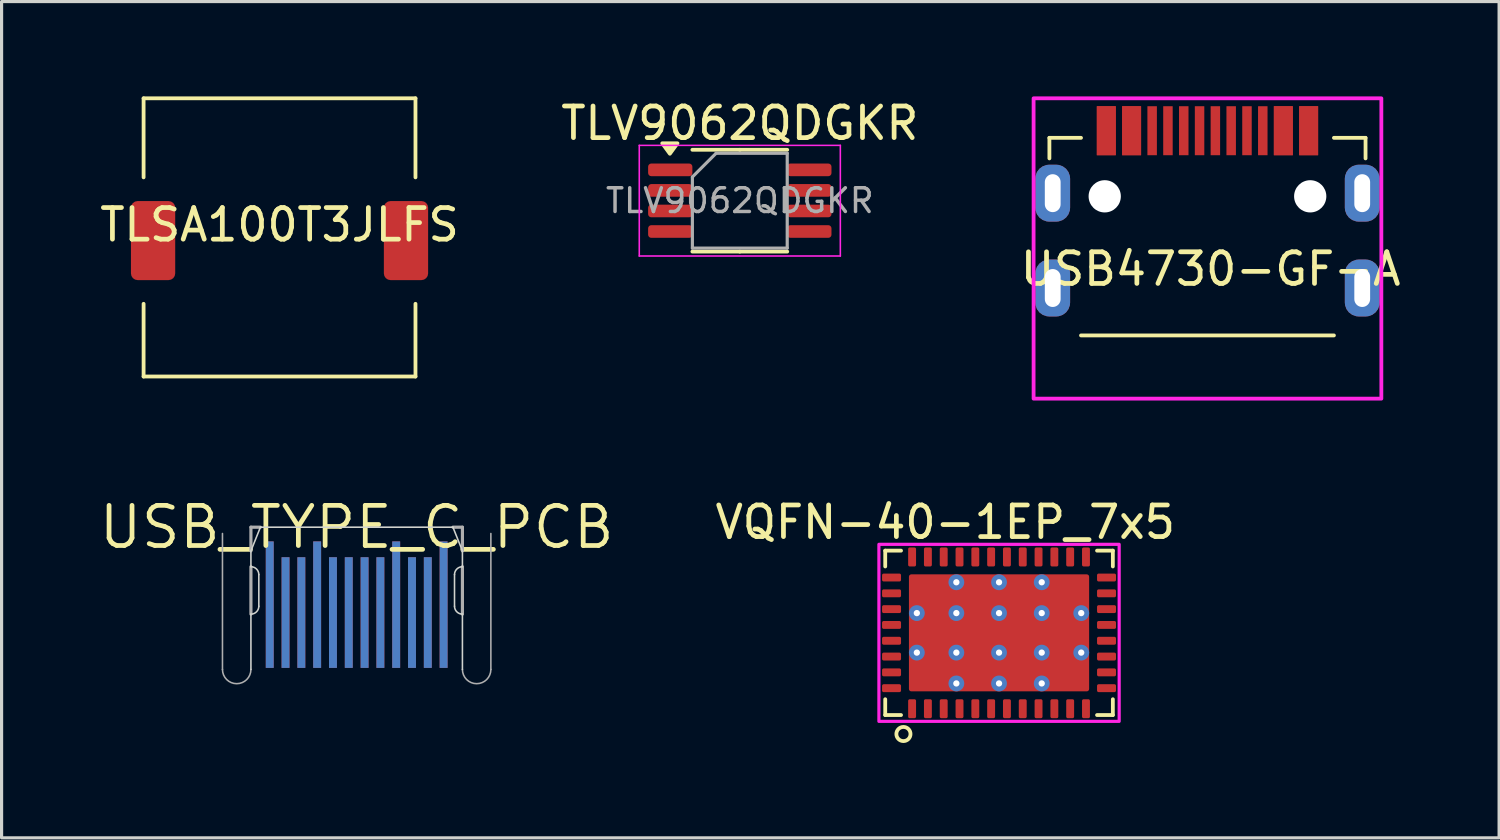
<source format=kicad_pcb>
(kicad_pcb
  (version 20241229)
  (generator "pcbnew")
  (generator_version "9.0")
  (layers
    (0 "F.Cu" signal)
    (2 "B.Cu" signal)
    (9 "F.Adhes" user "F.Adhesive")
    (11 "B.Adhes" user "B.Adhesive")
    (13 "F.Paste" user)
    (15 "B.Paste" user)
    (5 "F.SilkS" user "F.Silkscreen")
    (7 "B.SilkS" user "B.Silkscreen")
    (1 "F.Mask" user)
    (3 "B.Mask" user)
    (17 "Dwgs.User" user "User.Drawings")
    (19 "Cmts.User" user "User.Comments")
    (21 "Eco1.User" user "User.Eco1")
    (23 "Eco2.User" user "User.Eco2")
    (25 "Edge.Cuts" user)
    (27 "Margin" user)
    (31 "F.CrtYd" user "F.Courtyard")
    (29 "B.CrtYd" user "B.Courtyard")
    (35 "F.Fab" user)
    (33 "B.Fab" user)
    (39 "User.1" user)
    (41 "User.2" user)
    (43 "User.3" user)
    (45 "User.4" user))
  (footprint "TLSA100T3JLFS"
    (layer "F.Cu")
    (at 5.792 4.56)
    (property "Reference" "TLSA100T3JLFS" (at 0 -0.5 0) (unlocked yes) (layer "F.SilkS") (effects (font (size 1 1) (thickness 0.15))))
    (attr smd)
    (fp_line (start -4.3 -4.5) (end 4.3 -4.5) (stroke (width 0.12) (type default)) (layer "F.SilkS"))
    (fp_line (start -4.3 -2) (end -4.3 -4.5) (stroke (width 0.12) (type default)) (layer "F.SilkS"))
    (fp_line (start -4.3 2) (end -4.3 4.3) (stroke (width 0.12) (type default)) (layer "F.SilkS"))
    (fp_line (start -4.3 4.3) (end 4.3 4.3) (stroke (width 0.12) (type default)) (layer "F.SilkS"))
    (fp_line (start 4.3 -4.5) (end 4.3 -2) (stroke (width 0.12) (type default)) (layer "F.SilkS"))
    (fp_line (start 4.3 4.3) (end 4.3 2) (stroke (width 0.12) (type default)) (layer "F.SilkS"))
    (pad "1" smd roundrect (at -4 0) (size 1.4 2.5) (layers "F.Cu" "F.Mask" "F.Paste") (roundrect_rratio 0.15))
    (pad "2" smd roundrect (at 4 0) (size 1.4 2.5) (layers "F.Cu" "F.Mask" "F.Paste") (roundrect_rratio 0.15)))
  (footprint "TLV9062QDGKR"
    (layer "F.Cu")
    (at 20.351 3.298)
    (property "Reference" "TLV9062QDGKR" (at 0 -2.45 180) (layer "F.SilkS") (effects (font (size 1 1) (thickness 0.15))))
    (attr smd)
    (fp_line (start 0 -1.61) (end -1.5 -1.61) (stroke (width 0.12) (type solid)) (layer "F.SilkS"))
    (fp_line (start 0 -1.61) (end 1.5 -1.61) (stroke (width 0.12) (type solid)) (layer "F.SilkS"))
    (fp_line (start 0 1.61) (end -1.5 1.61) (stroke (width 0.12) (type solid)) (layer "F.SilkS"))
    (fp_line (start 0 1.61) (end 1.5 1.61) (stroke (width 0.12) (type solid)) (layer "F.SilkS"))
    (fp_poly (pts (xy -2.212 -1.485) (xy -2.453 -1.815) (xy -1.972 -1.815) (xy -2.212 -1.485)) (stroke (width 0.12) (type solid)) (fill yes) (layer "F.SilkS"))
    (fp_line (start -3.18 -1.75) (end -3.18 1.75) (stroke (width 0.05) (type solid)) (layer "F.CrtYd"))
    (fp_line (start -3.18 1.75) (end 3.18 1.75) (stroke (width 0.05) (type solid)) (layer "F.CrtYd"))
    (fp_line (start 3.18 -1.75) (end -3.18 -1.75) (stroke (width 0.05) (type solid)) (layer "F.CrtYd"))
    (fp_line (start 3.18 1.75) (end 3.18 -1.75) (stroke (width 0.05) (type solid)) (layer "F.CrtYd"))
    (fp_line (start -1.5 -0.75) (end -0.75 -1.5) (stroke (width 0.1) (type solid)) (layer "F.Fab"))
    (fp_line (start -1.5 1.5) (end -1.5 -0.75) (stroke (width 0.1) (type solid)) (layer "F.Fab"))
    (fp_line (start -0.75 -1.5) (end 1.5 -1.5) (stroke (width 0.1) (type solid)) (layer "F.Fab"))
    (fp_line (start 1.5 -1.5) (end 1.5 1.5) (stroke (width 0.1) (type solid)) (layer "F.Fab"))
    (fp_line (start 1.5 1.5) (end -1.5 1.5) (stroke (width 0.1) (type solid)) (layer "F.Fab"))
    (fp_text user "${REFERENCE}" (at 0 0 180) (layer "F.Fab") (effects (font (size 0.75 0.75) (thickness 0.11))))
    (pad "1" smd roundrect (at -2.2 -0.975) (size 1.4 0.4) (layers "F.Cu" "F.Mask" "F.Paste") (roundrect_rratio 0.25))
    (pad "2" smd roundrect (at -2.2 -0.325) (size 1.4 0.4) (layers "F.Cu" "F.Mask" "F.Paste") (roundrect_rratio 0.25))
    (pad "3" smd roundrect (at -2.2 0.325) (size 1.4 0.4) (layers "F.Cu" "F.Mask" "F.Paste") (roundrect_rratio 0.25))
    (pad "4" smd roundrect (at -2.2 0.975) (size 1.4 0.4) (layers "F.Cu" "F.Mask" "F.Paste") (roundrect_rratio 0.25))
    (pad "5" smd roundrect (at 2.2 0.975) (size 1.4 0.4) (layers "F.Cu" "F.Mask" "F.Paste") (roundrect_rratio 0.25))
    (pad "6" smd roundrect (at 2.2 0.325) (size 1.4 0.4) (layers "F.Cu" "F.Mask" "F.Paste") (roundrect_rratio 0.25))
    (pad "7" smd roundrect (at 2.2 -0.325) (size 1.4 0.4) (layers "F.Cu" "F.Mask" "F.Paste") (roundrect_rratio 0.25))
    (pad "8" smd roundrect (at 2.2 -0.975) (size 1.4 0.4) (layers "F.Cu" "F.Mask" "F.Paste") (roundrect_rratio 0.25)))
  (footprint "USB4730-GF-A"
    (layer "F.Cu")
    (at 35.144 7.56)
    (property "Reference" "USB4730-GF-A" (at 0.1 -2.1 0) (unlocked yes) (layer "F.SilkS") (effects (font (size 1 1) (thickness 0.15))))
    (attr smd)
    (fp_line (start -5 -6.25) (end -5 -5.6) (stroke (width 0.12) (type default)) (layer "F.SilkS"))
    (fp_line (start -5 -6.25) (end -4 -6.25) (stroke (width 0.12) (type default)) (layer "F.SilkS"))
    (fp_line (start -4 0) (end 4 0) (stroke (width 0.12) (type default)) (layer "F.SilkS"))
    (fp_line (start 4 -6.25) (end 5 -6.25) (stroke (width 0.12) (type default)) (layer "F.SilkS"))
    (fp_line (start 5 -6.25) (end 5 -5.6) (stroke (width 0.12) (type default)) (layer "F.SilkS"))
    (fp_line (start -2 1.6) (end 2 1.6) (stroke (width 0.12) (type default)) (layer "Eco1.User"))
    (fp_rect (start -5.5 -7.5) (end 5.5 2) (stroke (width 0.12) (type default)) (fill no) (layer "F.CrtYd"))
    (pad "" np_thru_hole circle (at -3.25 -4.4) (size 1.02 1.02) (drill 1.02) (layers "*.Cu" "*.Mask"))
    (pad "" np_thru_hole circle (at 3.25 -4.4) (size 1.02 1.02) (drill 1.02) (layers "*.Cu" "*.Mask"))
    (pad "A1" smd rect (at -3.2 -6.475) (size 0.6 1.55) (layers "F.Cu" "F.Mask" "F.Paste"))
    (pad "A4" smd rect (at -2.4 -6.475) (size 0.6 1.55) (layers "F.Cu" "F.Mask" "F.Paste"))
    (pad "A5" smd rect (at -1.25 -6.475) (size 0.3 1.55) (layers "F.Cu" "F.Mask" "F.Paste"))
    (pad "A6" smd rect (at -0.25 -6.475) (size 0.3 1.55) (layers "F.Cu" "F.Mask" "F.Paste"))
    (pad "A7" smd rect (at 0.25 -6.475) (size 0.3 1.55) (layers "F.Cu" "F.Mask" "F.Paste"))
    (pad "A8" smd rect (at 1.25 -6.475) (size 0.3 1.55) (layers "F.Cu" "F.Mask" "F.Paste"))
    (pad "A9" smd rect (at 2.4 -6.475) (size 0.6 1.55) (layers "F.Cu" "F.Mask" "F.Paste"))
    (pad "A12" smd rect (at 3.2 -6.475) (size 0.6 1.55) (layers "F.Cu" "F.Mask" "F.Paste"))
    (pad "B1" smd rect (at 3.2 -6.475) (size 0.6 1.55) (layers "F.Cu" "F.Mask" "F.Paste"))
    (pad "B4" smd rect (at 2.4 -6.475) (size 0.6 1.55) (layers "F.Cu" "F.Mask" "F.Paste"))
    (pad "B5" smd rect (at 1.75 -6.475) (size 0.3 1.55) (layers "F.Cu" "F.Mask" "F.Paste"))
    (pad "B6" smd rect (at 0.75 -6.475) (size 0.3 1.55) (layers "F.Cu" "F.Mask" "F.Paste"))
    (pad "B7" smd rect (at -0.75 -6.475) (size 0.3 1.55) (layers "F.Cu" "F.Mask" "F.Paste"))
    (pad "B8" smd rect (at -1.75 -6.475) (size 0.3 1.55) (layers "F.Cu" "F.Mask" "F.Paste"))
    (pad "B9" smd rect (at -2.4 -6.475) (size 0.6 1.55) (layers "F.Cu" "F.Mask" "F.Paste"))
    (pad "B12" smd rect (at -3.2 -6.475) (size 0.6 1.55) (layers "F.Cu" "F.Mask" "F.Paste"))
    (pad "S1" thru_hole roundrect (at -4.895 -4.5) (size 1.1 1.8) (drill oval 0.5 1.2) (layers "*.Cu" "*.Mask") (roundrect_rratio 0.4))
    (pad "S1" thru_hole roundrect (at -4.895 -1.5) (size 1.1 1.8) (drill oval 0.5 1.2) (layers "*.Cu" "*.Mask") (roundrect_rratio 0.4))
    (pad "S1" thru_hole roundrect (at 4.895 -4.5) (size 1.1 1.8) (drill oval 0.5 1.2) (layers "*.Cu" "*.Mask") (roundrect_rratio 0.4))
    (pad "S1" thru_hole roundrect (at 4.895 -1.5) (size 1.1 1.8) (drill oval 0.5 1.2) (layers "*.Cu" "*.Mask") (roundrect_rratio 0.4)))
  (footprint "USB_TYPE_C_PCB"
    (layer "F.Cu")
    (at 8.232 13.626)
    (property "Reference" "USB_TYPE_C_PCB" (at 0 0 0) (layer "F.SilkS") (effects (font (size 1.27 1.27) (thickness 0.15))))
    (fp_line (start -3.345 0.75) (end -3.345 1.25) (stroke (width 0.05) (type solid)) (layer "Edge.Cuts"))
    (fp_line (start -3.345 2.75) (end -3.345 4.5) (stroke (width 0.05) (type solid)) (layer "Edge.Cuts"))
    (fp_line (start -3.095 1.5) (end -3.095 2.5) (stroke (width 0.05) (type solid)) (layer "Edge.Cuts"))
    (fp_line (start -3.045 0) (end -3.345 0.75) (stroke (width 0.05) (type solid)) (layer "Edge.Cuts"))
    (fp_line (start -3.045 0) (end 3.045 0) (stroke (width 0.05) (type solid)) (layer "Edge.Cuts"))
    (fp_line (start 3.045 0) (end 3.345 0.75) (stroke (width 0.05) (type solid)) (layer "Edge.Cuts"))
    (fp_line (start 3.095 1.5) (end 3.095 2.5) (stroke (width 0.05) (type solid)) (layer "Edge.Cuts"))
    (fp_line (start 3.345 0.75) (end 3.345 1.25) (stroke (width 0.05) (type solid)) (layer "Edge.Cuts"))
    (fp_line (start 3.345 2.75) (end 3.345 4.5) (stroke (width 0.05) (type solid)) (layer "Edge.Cuts"))
    (fp_arc (start -3.345 1.25) (mid -3.168223 1.323223) (end -3.095 1.5) (stroke (width 0.05) (type solid)) (layer "Edge.Cuts"))
    (fp_arc (start -3.095 2.5) (mid -3.168223 2.676777) (end -3.345 2.75) (stroke (width 0.05) (type solid)) (layer "Edge.Cuts"))
    (fp_arc (start 3.095 1.5) (mid 3.168223 1.323223) (end 3.345 1.25) (stroke (width 0.05) (type solid)) (layer "Edge.Cuts"))
    (fp_arc (start 3.345 2.75) (mid 3.168223 2.676777) (end 3.095 2.5) (stroke (width 0.05) (type solid)) (layer "Edge.Cuts"))
    (fp_line (start -4.245 0.2) (end -4.245 4.5) (stroke (width 0.05) (type solid)) (layer "F.Fab"))
    (fp_line (start -3.345 0) (end -3.345 0.75) (stroke (width 0.1) (type solid)) (layer "F.Fab"))
    (fp_line (start -3.345 0) (end -3.045 0) (stroke (width 0.1) (type solid)) (layer "F.Fab"))
    (fp_line (start -3.345 1.25) (end -3.345 2.75) (stroke (width 0.1) (type solid)) (layer "F.Fab"))
    (fp_line (start 3.045 0) (end 3.345 0) (stroke (width 0.1) (type solid)) (layer "F.Fab"))
    (fp_line (start 3.345 0) (end 3.345 0.75) (stroke (width 0.1) (type solid)) (layer "F.Fab"))
    (fp_line (start 3.345 1.25) (end 3.345 2.75) (stroke (width 0.1) (type solid)) (layer "F.Fab"))
    (fp_line (start 4.245 0.2) (end 4.245 4.5) (stroke (width 0.05) (type solid)) (layer "F.Fab"))
    (fp_arc (start -3.345 4.5) (mid -3.795 4.95) (end -4.245 4.5) (stroke (width 0.05) (type solid)) (layer "F.Fab"))
    (fp_arc (start 4.245 4.5) (mid 3.795 4.95) (end 3.345 4.5) (stroke (width 0.05) (type solid)) (layer "F.Fab"))
    (pad "A1" smd rect (at 2.75 2.45 90) (size 4 0.25) (layers "F.Cu" "F.Mask" "F.Paste"))
    (pad "A2" smd rect (at 2.25 2.7 90) (size 3.5 0.25) (layers "F.Cu" "F.Mask" "F.Paste"))
    (pad "A3" smd rect (at 1.75 2.7 90) (size 3.5 0.25) (layers "F.Cu" "F.Mask" "F.Paste"))
    (pad "A4" smd rect (at 1.25 2.45 90) (size 4 0.25) (layers "F.Cu" "F.Mask" "F.Paste"))
    (pad "A5" smd rect (at 0.75 2.7 90) (size 3.5 0.25) (layers "F.Cu" "F.Mask" "F.Paste"))
    (pad "A6" smd rect (at 0.25 2.7 90) (size 3.5 0.25) (layers "F.Cu" "F.Mask" "F.Paste"))
    (pad "A7" smd rect (at -0.25 2.7 90) (size 3.5 0.25) (layers "F.Cu" "F.Mask" "F.Paste"))
    (pad "A8" smd rect (at -0.75 2.7 90) (size 3.5 0.25) (layers "F.Cu" "F.Mask" "F.Paste"))
    (pad "A9" smd rect (at -1.25 2.45 90) (size 4 0.25) (layers "F.Cu" "F.Mask" "F.Paste"))
    (pad "A10" smd rect (at -1.75 2.7 90) (size 3.5 0.25) (layers "F.Cu" "F.Mask" "F.Paste"))
    (pad "A11" smd rect (at -2.25 2.7 90) (size 3.5 0.25) (layers "F.Cu" "F.Mask" "F.Paste"))
    (pad "A12" smd rect (at -2.75 2.45 90) (size 4 0.25) (layers "F.Cu" "F.Mask" "F.Paste"))
    (pad "B1" smd rect (at -2.75 2.45 90) (size 4 0.25) (layers "B.Cu" "B.Mask" "B.Paste"))
    (pad "B2" smd rect (at -2.25 2.7 90) (size 3.5 0.25) (layers "B.Cu" "B.Mask" "B.Paste"))
    (pad "B3" smd rect (at -1.75 2.7 90) (size 3.5 0.25) (layers "B.Cu" "B.Mask" "B.Paste"))
    (pad "B4" smd rect (at -1.25 2.45 90) (size 4 0.25) (layers "B.Cu" "B.Mask" "B.Paste"))
    (pad "B5" smd rect (at -0.75 2.7 90) (size 3.5 0.25) (layers "B.Cu" "B.Mask" "B.Paste"))
    (pad "B6" smd rect (at -0.25 2.7 90) (size 3.5 0.25) (layers "B.Cu" "B.Mask" "B.Paste"))
    (pad "B7" smd rect (at 0.25 2.7 90) (size 3.5 0.25) (layers "B.Cu" "B.Mask" "B.Paste"))
    (pad "B8" smd rect (at 0.75 2.7 90) (size 3.5 0.25) (layers "B.Cu" "B.Mask" "B.Paste"))
    (pad "B9" smd rect (at 1.25 2.45 90) (size 4 0.25) (layers "B.Cu" "B.Mask" "B.Paste"))
    (pad "B10" smd rect (at 1.75 2.7 90) (size 3.5 0.25) (layers "B.Cu" "B.Mask" "B.Paste"))
    (pad "B11" smd rect (at 2.25 2.7 90) (size 3.5 0.25) (layers "B.Cu" "B.Mask" "B.Paste"))
    (pad "B12" smd rect (at 2.75 2.45 90) (size 4 0.25) (layers "B.Cu" "B.Mask" "B.Paste")))
  (footprint "VQFN-40-1EP_7x5"
    (layer "F.Cu")
    (at 28.551 16.968)
    (property "Reference" "VQFN-40-1EP_7x5" (at -1.7 -3.5 0) (unlocked yes) (layer "F.SilkS") (effects (font (size 1 1) (thickness 0.15))))
    (attr smd)
    (fp_line (start -3.6 -2.6) (end -3.1 -2.6) (stroke (width 0.12) (type default)) (layer "F.SilkS"))
    (fp_line (start -3.6 -2.1) (end -3.6 -2.6) (stroke (width 0.12) (type default)) (layer "F.SilkS"))
    (fp_line (start -3.6 2.6) (end -3.6 2.1) (stroke (width 0.12) (type default)) (layer "F.SilkS"))
    (fp_line (start -3.1 2.6) (end -3.6 2.6) (stroke (width 0.12) (type default)) (layer "F.SilkS"))
    (fp_line (start 3.1 -2.6) (end 3.6 -2.6) (stroke (width 0.12) (type default)) (layer "F.SilkS"))
    (fp_line (start 3.6 -2.6) (end 3.6 -2.1) (stroke (width 0.12) (type default)) (layer "F.SilkS"))
    (fp_line (start 3.6 2.1) (end 3.6 2.6) (stroke (width 0.12) (type default)) (layer "F.SilkS"))
    (fp_line (start 3.6 2.6) (end 3.1 2.6) (stroke (width 0.12) (type default)) (layer "F.SilkS"))
    (fp_circle (center -3.024 3.2) (end -2.824 3.3) (stroke (width 0.12) (type default)) (fill no) (layer "F.SilkS"))
    (fp_rect (start -3.8 -2.8) (end 3.8 2.8) (stroke (width 0.1) (type default)) (fill no) (layer "F.CrtYd"))
    (pad "1" smd roundrect (at -2.75 2.4) (size 0.25 0.6) (layers "F.Cu" "F.Mask" "F.Paste") (roundrect_rratio 0.2))
    (pad "2" smd roundrect (at -2.25 2.4) (size 0.25 0.6) (layers "F.Cu" "F.Mask" "F.Paste") (roundrect_rratio 0.2))
    (pad "3" smd roundrect (at -1.75 2.4) (size 0.25 0.6) (layers "F.Cu" "F.Mask" "F.Paste") (roundrect_rratio 0.2))
    (pad "4" smd roundrect (at -1.25 2.4) (size 0.25 0.6) (layers "F.Cu" "F.Mask" "F.Paste") (roundrect_rratio 0.2))
    (pad "5" smd roundrect (at -0.75 2.4) (size 0.25 0.6) (layers "F.Cu" "F.Mask" "F.Paste") (roundrect_rratio 0.2))
    (pad "6" smd roundrect (at -0.25 2.4) (size 0.25 0.6) (layers "F.Cu" "F.Mask" "F.Paste") (roundrect_rratio 0.2))
    (pad "7" smd roundrect (at 0.25 2.4) (size 0.25 0.6) (layers "F.Cu" "F.Mask" "F.Paste") (roundrect_rratio 0.2))
    (pad "8" smd roundrect (at 0.75 2.4) (size 0.25 0.6) (layers "F.Cu" "F.Mask" "F.Paste") (roundrect_rratio 0.2))
    (pad "9" smd roundrect (at 1.25 2.4) (size 0.25 0.6) (layers "F.Cu" "F.Mask" "F.Paste") (roundrect_rratio 0.2))
    (pad "10" smd roundrect (at 1.75 2.4) (size 0.25 0.6) (layers "F.Cu" "F.Mask" "F.Paste") (roundrect_rratio 0.2))
    (pad "11" smd roundrect (at 2.25 2.4) (size 0.25 0.6) (layers "F.Cu" "F.Mask" "F.Paste") (roundrect_rratio 0.2))
    (pad "12" smd roundrect (at 2.75 2.4) (size 0.25 0.6) (layers "F.Cu" "F.Mask" "F.Paste") (roundrect_rratio 0.2))
    (pad "13" smd roundrect (at 3.4 1.75 90) (size 0.25 0.6) (layers "F.Cu" "F.Mask" "F.Paste") (roundrect_rratio 0.2))
    (pad "14" smd roundrect (at 3.4 1.25 90) (size 0.25 0.6) (layers "F.Cu" "F.Mask" "F.Paste") (roundrect_rratio 0.2))
    (pad "15" smd roundrect (at 3.4 0.75 90) (size 0.25 0.6) (layers "F.Cu" "F.Mask" "F.Paste") (roundrect_rratio 0.2))
    (pad "16" smd roundrect (at 3.4 0.25 90) (size 0.25 0.6) (layers "F.Cu" "F.Mask" "F.Paste") (roundrect_rratio 0.2))
    (pad "17" smd roundrect (at 3.4 -0.25 90) (size 0.25 0.6) (layers "F.Cu" "F.Mask" "F.Paste") (roundrect_rratio 0.2))
    (pad "18" smd roundrect (at 3.4 -0.75 90) (size 0.25 0.6) (layers "F.Cu" "F.Mask" "F.Paste") (roundrect_rratio 0.2))
    (pad "19" smd roundrect (at 3.4 -1.25 90) (size 0.25 0.6) (layers "F.Cu" "F.Mask" "F.Paste") (roundrect_rratio 0.2))
    (pad "20" smd roundrect (at 3.4 -1.75 90) (size 0.25 0.6) (layers "F.Cu" "F.Mask" "F.Paste") (roundrect_rratio 0.2))
    (pad "21" smd roundrect (at 2.75 -2.4) (size 0.25 0.6) (layers "F.Cu" "F.Mask" "F.Paste") (roundrect_rratio 0.2))
    (pad "22" smd roundrect (at 2.25 -2.4) (size 0.25 0.6) (layers "F.Cu" "F.Mask" "F.Paste") (roundrect_rratio 0.2))
    (pad "23" smd roundrect (at 1.75 -2.4) (size 0.25 0.6) (layers "F.Cu" "F.Mask" "F.Paste") (roundrect_rratio 0.2))
    (pad "24" smd roundrect (at 1.25 -2.4) (size 0.25 0.6) (layers "F.Cu" "F.Mask" "F.Paste") (roundrect_rratio 0.2))
    (pad "25" smd roundrect (at 0.75 -2.4) (size 0.25 0.6) (layers "F.Cu" "F.Mask" "F.Paste") (roundrect_rratio 0.2))
    (pad "26" smd roundrect (at 0.25 -2.4) (size 0.25 0.6) (layers "F.Cu" "F.Mask" "F.Paste") (roundrect_rratio 0.2))
    (pad "27" smd roundrect (at -0.25 -2.4) (size 0.25 0.6) (layers "F.Cu" "F.Mask" "F.Paste") (roundrect_rratio 0.2))
    (pad "28" smd roundrect (at -0.75 -2.4) (size 0.25 0.6) (layers "F.Cu" "F.Mask" "F.Paste") (roundrect_rratio 0.2))
    (pad "29" smd roundrect (at -1.25 -2.4) (size 0.25 0.6) (layers "F.Cu" "F.Mask" "F.Paste") (roundrect_rratio 0.2))
    (pad "30" smd roundrect (at -1.75 -2.4) (size 0.25 0.6) (layers "F.Cu" "F.Mask" "F.Paste") (roundrect_rratio 0.2))
    (pad "31" smd roundrect (at -2.25 -2.4) (size 0.25 0.6) (layers "F.Cu" "F.Mask" "F.Paste") (roundrect_rratio 0.2))
    (pad "32" smd roundrect (at -2.75 -2.4) (size 0.25 0.6) (layers "F.Cu" "F.Mask" "F.Paste") (roundrect_rratio 0.2))
    (pad "33" smd roundrect (at -3.4 -1.75 90) (size 0.25 0.6) (layers "F.Cu" "F.Mask" "F.Paste") (roundrect_rratio 0.2))
    (pad "34" smd roundrect (at -3.4 -1.25 90) (size 0.25 0.6) (layers "F.Cu" "F.Mask" "F.Paste") (roundrect_rratio 0.2))
    (pad "35" smd roundrect (at -3.4 -0.75 90) (size 0.25 0.6) (layers "F.Cu" "F.Mask" "F.Paste") (roundrect_rratio 0.2))
    (pad "36" smd roundrect (at -3.4 -0.25 90) (size 0.25 0.6) (layers "F.Cu" "F.Mask" "F.Paste") (roundrect_rratio 0.2))
    (pad "37" smd roundrect (at -3.4 0.25 90) (size 0.25 0.6) (layers "F.Cu" "F.Mask" "F.Paste") (roundrect_rratio 0.2))
    (pad "38" smd roundrect (at -3.4 0.75 90) (size 0.25 0.6) (layers "F.Cu" "F.Mask" "F.Paste") (roundrect_rratio 0.2))
    (pad "39" smd roundrect (at -3.4 1.25 90) (size 0.25 0.6) (layers "F.Cu" "F.Mask" "F.Paste") (roundrect_rratio 0.2))
    (pad "40" smd roundrect (at -3.4 1.75 90) (size 0.25 0.6) (layers "F.Cu" "F.Mask" "F.Paste") (roundrect_rratio 0.2))
    (pad "41" thru_hole circle (at -2.6 -0.625 90) (size 0.5 0.5) (drill 0.2) (layers "*.Cu" "*.Mask"))
    (pad "41" thru_hole circle (at -2.6 0.625 180) (size 0.5 0.5) (drill 0.2) (layers "*.Cu" "*.Mask"))
    (pad "41" thru_hole circle (at -1.35 -1.6 90) (size 0.5 0.5) (drill 0.2) (layers "*.Cu" "*.Mask"))
    (pad "41" thru_hole circle (at -1.35 -0.625 90) (size 0.5 0.5) (drill 0.2) (layers "*.Cu" "*.Mask"))
    (pad "41" thru_hole circle (at -1.35 0.625 180) (size 0.5 0.5) (drill 0.2) (layers "*.Cu" "*.Mask"))
    (pad "41" thru_hole circle (at -1.35 1.6 90) (size 0.5 0.5) (drill 0.2) (layers "*.Cu" "*.Mask"))
    (pad "41" thru_hole circle (at 0 -1.6 90) (size 0.5 0.5) (drill 0.2) (layers "*.Cu" "*.Mask"))
    (pad "41" thru_hole circle (at 0 -0.625 90) (size 0.5 0.5) (drill 0.2) (layers "*.Cu" "*.Mask"))
    (pad "41" smd roundrect (at 0 0 90) (size 3.7 5.7) (layers "F.Cu" "F.Mask" "F.Paste") (roundrect_rratio 0.02))
    (pad "41" thru_hole circle (at 0 0.625 180) (size 0.5 0.5) (drill 0.2) (layers "*.Cu" "*.Mask"))
    (pad "41" thru_hole circle (at 0 1.6 90) (size 0.5 0.5) (drill 0.2) (layers "*.Cu" "*.Mask"))
    (pad "41" thru_hole circle (at 1.35 -1.6 90) (size 0.5 0.5) (drill 0.2) (layers "*.Cu" "*.Mask"))
    (pad "41" thru_hole circle (at 1.35 -0.625 90) (size 0.5 0.5) (drill 0.2) (layers "*.Cu" "*.Mask"))
    (pad "41" thru_hole circle (at 1.35 0.625 180) (size 0.5 0.5) (drill 0.2) (layers "*.Cu" "*.Mask"))
    (pad "41" thru_hole circle (at 1.35 1.6 90) (size 0.5 0.5) (drill 0.2) (layers "*.Cu" "*.Mask"))
    (pad "41" thru_hole circle (at 2.6 -0.625 90) (size 0.5 0.5) (drill 0.2) (layers "*.Cu" "*.Mask"))
    (pad "41" thru_hole circle (at 2.6 0.625 180) (size 0.5 0.5) (drill 0.2) (layers "*.Cu" "*.Mask")))
  (gr_rect
    (start -3 -3)
    (end 44.369 23.452)
    (stroke (width 0.1) (type default))
    (fill no)
    (layer "Edge.Cuts")))
</source>
